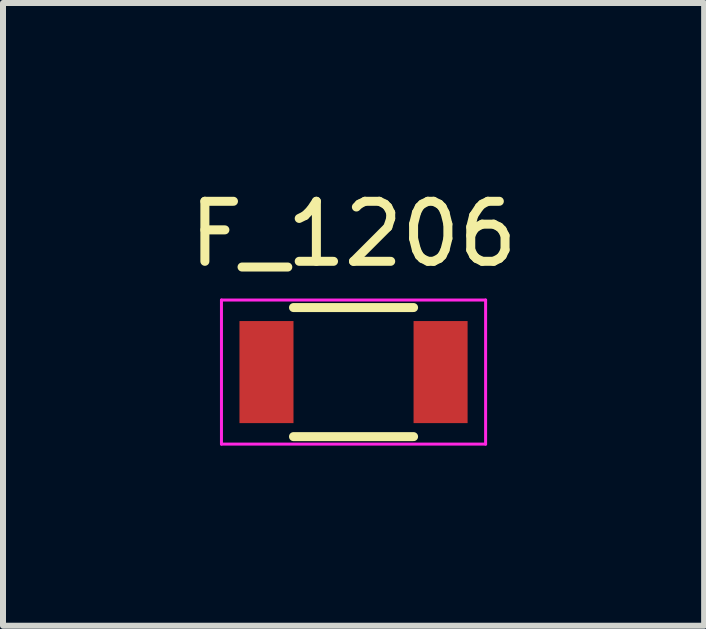
<source format=kicad_pcb>
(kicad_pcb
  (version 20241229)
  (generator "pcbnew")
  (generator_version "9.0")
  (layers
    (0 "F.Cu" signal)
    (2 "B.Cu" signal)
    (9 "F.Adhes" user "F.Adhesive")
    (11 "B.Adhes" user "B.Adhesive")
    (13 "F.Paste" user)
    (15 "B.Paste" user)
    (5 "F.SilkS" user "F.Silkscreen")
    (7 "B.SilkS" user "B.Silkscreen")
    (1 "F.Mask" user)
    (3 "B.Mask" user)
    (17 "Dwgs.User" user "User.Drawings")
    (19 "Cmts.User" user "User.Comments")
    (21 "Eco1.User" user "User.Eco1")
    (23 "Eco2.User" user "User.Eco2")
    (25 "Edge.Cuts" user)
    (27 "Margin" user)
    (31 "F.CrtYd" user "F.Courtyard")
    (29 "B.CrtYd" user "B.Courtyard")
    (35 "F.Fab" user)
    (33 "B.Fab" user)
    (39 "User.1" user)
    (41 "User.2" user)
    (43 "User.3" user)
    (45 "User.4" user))
  (footprint "F_1206"
    (layer "F.Cu")
    (at 2.839 3.148)
    (property "Reference" "F_1206" (at 0 -2.3 0) (layer "F.SilkS") (effects (font (size 1 1) (thickness 0.15))))
    (attr smd)
    (fp_line (start -1 -1.075) (end 1 -1.075) (stroke (width 0.15) (type solid)) (layer "F.SilkS"))
    (fp_line (start 1 1.075) (end -1 1.075) (stroke (width 0.15) (type solid)) (layer "F.SilkS"))
    (fp_line (start -2.2 -1.2) (end -2.2 1.2) (stroke (width 0.05) (type solid)) (layer "F.CrtYd"))
    (fp_line (start -2.2 -1.2) (end 2.2 -1.2) (stroke (width 0.05) (type solid)) (layer "F.CrtYd"))
    (fp_line (start -2.2 1.2) (end 2.2 1.2) (stroke (width 0.05) (type solid)) (layer "F.CrtYd"))
    (fp_line (start 2.2 -1.2) (end 2.2 1.2) (stroke (width 0.05) (type solid)) (layer "F.CrtYd"))
    (pad "1" smd rect (at -1.45 0) (size 0.9 1.7) (layers "F.Cu" "F.Mask" "F.Paste"))
    (pad "2" smd rect (at 1.45 0) (size 0.9 1.7) (layers "F.Cu" "F.Mask" "F.Paste")))
  (gr_rect
    (start -3 -3)
    (end 8.679 7.373)
    (stroke (width 0.1) (type default))
    (fill no)
    (layer "Edge.Cuts")))
</source>
